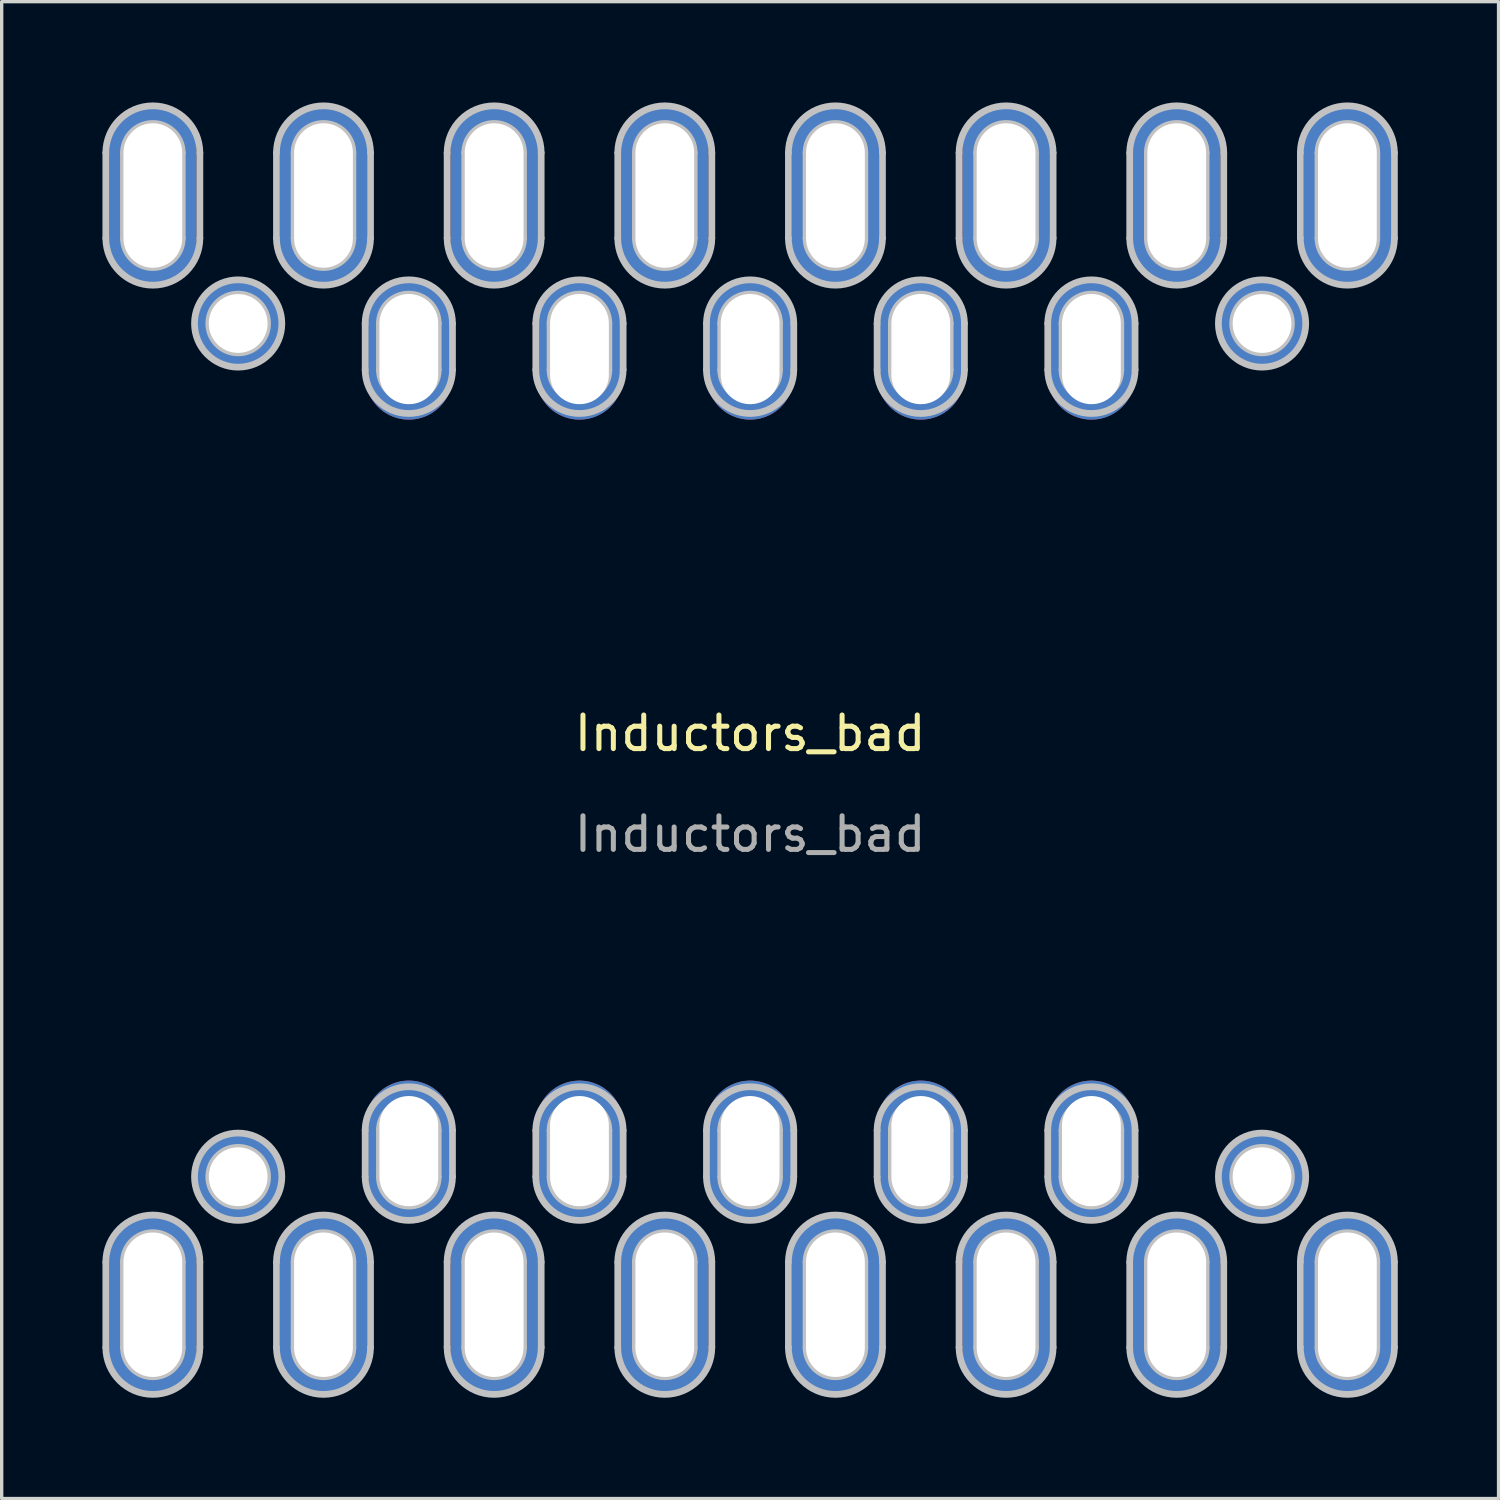
<source format=kicad_pcb>
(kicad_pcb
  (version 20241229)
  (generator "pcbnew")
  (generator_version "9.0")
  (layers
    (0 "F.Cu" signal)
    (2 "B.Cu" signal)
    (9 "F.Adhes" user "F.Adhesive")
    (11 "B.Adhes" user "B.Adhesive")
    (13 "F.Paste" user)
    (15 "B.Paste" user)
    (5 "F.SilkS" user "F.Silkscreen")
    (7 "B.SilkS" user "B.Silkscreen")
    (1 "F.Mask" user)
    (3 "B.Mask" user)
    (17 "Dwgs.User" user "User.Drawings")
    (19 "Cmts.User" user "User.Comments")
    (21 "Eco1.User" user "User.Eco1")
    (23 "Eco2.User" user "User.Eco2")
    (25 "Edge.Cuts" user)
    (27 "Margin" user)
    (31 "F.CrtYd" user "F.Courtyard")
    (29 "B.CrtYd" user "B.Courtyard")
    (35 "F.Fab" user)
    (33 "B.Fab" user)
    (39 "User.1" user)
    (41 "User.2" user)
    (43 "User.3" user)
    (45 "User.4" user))
  (footprint "Inductors_bad"
    (layer "F.Cu")
    (at 19.28 19.28)
    (property "Reference" "Inductors_bad" (at 0 -0.5 0) (unlocked yes) (layer "F.SilkS") (effects (font (size 1 1) (thickness 0.15))))
    (attr through_hole)
    (fp_line (start -19.18 -17.78) (end -19.18 -15.24) (stroke (width 0.2) (type default)) (layer "Dwgs.User"))
    (fp_line (start -19.18 17.78) (end -19.18 15.24) (stroke (width 0.2) (type default)) (layer "Dwgs.User"))
    (fp_line (start -18.655 -17.78) (end -18.655 -15.24) (stroke (width 0.2) (type default)) (layer "Dwgs.User"))
    (fp_line (start -18.655 17.78) (end -18.655 15.24) (stroke (width 0.2) (type default)) (layer "Dwgs.User"))
    (fp_line (start -17.78 -17.78) (end -17.78 -15.24) (stroke (width 0.2) (type default)) (layer "Dwgs.User"))
    (fp_line (start -17.78 -17.78) (end -17.78 -15.24) (stroke (width 0.2) (type default)) (layer "Dwgs.User"))
    (fp_line (start -17.78 17.78) (end -17.78 15.24) (stroke (width 0.2) (type default)) (layer "Dwgs.User"))
    (fp_line (start -17.78 17.78) (end -17.78 15.24) (stroke (width 0.2) (type default)) (layer "Dwgs.User"))
    (fp_line (start -16.905 -17.78) (end -16.905 -15.24) (stroke (width 0.2) (type default)) (layer "Dwgs.User"))
    (fp_line (start -16.905 17.78) (end -16.905 15.24) (stroke (width 0.2) (type default)) (layer "Dwgs.User"))
    (fp_line (start -16.38 -17.78) (end -16.38 -15.24) (stroke (width 0.2) (type default)) (layer "Dwgs.User"))
    (fp_line (start -16.38 17.78) (end -16.38 15.24) (stroke (width 0.2) (type default)) (layer "Dwgs.User"))
    (fp_line (start -14.1 -17.78) (end -14.1 -15.24) (stroke (width 0.2) (type default)) (layer "Dwgs.User"))
    (fp_line (start -14.1 17.78) (end -14.1 15.24) (stroke (width 0.2) (type default)) (layer "Dwgs.User"))
    (fp_line (start -13.575 -17.78) (end -13.575 -15.24) (stroke (width 0.2) (type default)) (layer "Dwgs.User"))
    (fp_line (start -13.575 17.78) (end -13.575 15.24) (stroke (width 0.2) (type default)) (layer "Dwgs.User"))
    (fp_line (start -12.7 -17.78) (end -12.7 -15.24) (stroke (width 0.2) (type default)) (layer "Dwgs.User"))
    (fp_line (start -12.7 -17.78) (end -12.7 -15.24) (stroke (width 0.2) (type default)) (layer "Dwgs.User"))
    (fp_line (start -12.7 17.78) (end -12.7 15.24) (stroke (width 0.2) (type default)) (layer "Dwgs.User"))
    (fp_line (start -12.7 17.78) (end -12.7 15.24) (stroke (width 0.2) (type default)) (layer "Dwgs.User"))
    (fp_line (start -11.825 -17.78) (end -11.825 -15.24) (stroke (width 0.2) (type default)) (layer "Dwgs.User"))
    (fp_line (start -11.825 17.78) (end -11.825 15.24) (stroke (width 0.2) (type default)) (layer "Dwgs.User"))
    (fp_line (start -11.46 -12.7) (end -11.46 -11.321) (stroke (width 0.2) (type default)) (layer "Dwgs.User"))
    (fp_line (start -11.46 12.7) (end -11.46 11.321) (stroke (width 0.2) (type default)) (layer "Dwgs.User"))
    (fp_line (start -11.3 -17.78) (end -11.3 -15.24) (stroke (width 0.2) (type default)) (layer "Dwgs.User"))
    (fp_line (start -11.3 17.78) (end -11.3 15.24) (stroke (width 0.2) (type default)) (layer "Dwgs.User"))
    (fp_line (start -11.035 -12.7) (end -11.035 -11.321) (stroke (width 0.2) (type default)) (layer "Dwgs.User"))
    (fp_line (start -11.035 12.7) (end -11.035 11.321) (stroke (width 0.2) (type default)) (layer "Dwgs.User"))
    (fp_line (start -10.16 -12.7) (end -10.16 -11.321) (stroke (width 0.2) (type default)) (layer "Dwgs.User"))
    (fp_line (start -10.16 -12.7) (end -10.16 -11.321) (stroke (width 0.2) (type default)) (layer "Dwgs.User"))
    (fp_line (start -10.16 12.7) (end -10.16 11.321) (stroke (width 0.2) (type default)) (layer "Dwgs.User"))
    (fp_line (start -10.16 12.7) (end -10.16 11.321) (stroke (width 0.2) (type default)) (layer "Dwgs.User"))
    (fp_line (start -9.285 -12.7) (end -9.285 -11.321) (stroke (width 0.2) (type default)) (layer "Dwgs.User"))
    (fp_line (start -9.285 12.7) (end -9.285 11.321) (stroke (width 0.2) (type default)) (layer "Dwgs.User"))
    (fp_line (start -9.02 -17.78) (end -9.02 -15.24) (stroke (width 0.2) (type default)) (layer "Dwgs.User"))
    (fp_line (start -9.02 17.78) (end -9.02 15.24) (stroke (width 0.2) (type default)) (layer "Dwgs.User"))
    (fp_line (start -8.86 -12.7) (end -8.86 -11.321) (stroke (width 0.2) (type default)) (layer "Dwgs.User"))
    (fp_line (start -8.86 12.7) (end -8.86 11.321) (stroke (width 0.2) (type default)) (layer "Dwgs.User"))
    (fp_line (start -8.495 -17.78) (end -8.495 -15.24) (stroke (width 0.2) (type default)) (layer "Dwgs.User"))
    (fp_line (start -8.495 17.78) (end -8.495 15.24) (stroke (width 0.2) (type default)) (layer "Dwgs.User"))
    (fp_line (start -7.62 -17.78) (end -7.62 -15.24) (stroke (width 0.2) (type default)) (layer "Dwgs.User"))
    (fp_line (start -7.62 -17.78) (end -7.62 -15.24) (stroke (width 0.2) (type default)) (layer "Dwgs.User"))
    (fp_line (start -7.62 17.78) (end -7.62 15.24) (stroke (width 0.2) (type default)) (layer "Dwgs.User"))
    (fp_line (start -7.62 17.78) (end -7.62 15.24) (stroke (width 0.2) (type default)) (layer "Dwgs.User"))
    (fp_line (start -6.745 -17.78) (end -6.745 -15.24) (stroke (width 0.2) (type default)) (layer "Dwgs.User"))
    (fp_line (start -6.745 17.78) (end -6.745 15.24) (stroke (width 0.2) (type default)) (layer "Dwgs.User"))
    (fp_line (start -6.38 -12.7) (end -6.38 -11.321) (stroke (width 0.2) (type default)) (layer "Dwgs.User"))
    (fp_line (start -6.38 12.7) (end -6.38 11.321) (stroke (width 0.2) (type default)) (layer "Dwgs.User"))
    (fp_line (start -6.22 -17.78) (end -6.22 -15.24) (stroke (width 0.2) (type default)) (layer "Dwgs.User"))
    (fp_line (start -6.22 17.78) (end -6.22 15.24) (stroke (width 0.2) (type default)) (layer "Dwgs.User"))
    (fp_line (start -5.955 -12.7) (end -5.955 -11.321) (stroke (width 0.2) (type default)) (layer "Dwgs.User"))
    (fp_line (start -5.955 12.7) (end -5.955 11.321) (stroke (width 0.2) (type default)) (layer "Dwgs.User"))
    (fp_line (start -5.08 -12.7) (end -5.08 -11.321) (stroke (width 0.2) (type default)) (layer "Dwgs.User"))
    (fp_line (start -5.08 -12.7) (end -5.08 -11.321) (stroke (width 0.2) (type default)) (layer "Dwgs.User"))
    (fp_line (start -5.08 12.7) (end -5.08 11.321) (stroke (width 0.2) (type default)) (layer "Dwgs.User"))
    (fp_line (start -5.08 12.7) (end -5.08 11.321) (stroke (width 0.2) (type default)) (layer "Dwgs.User"))
    (fp_line (start -4.205 -12.7) (end -4.205 -11.321) (stroke (width 0.2) (type default)) (layer "Dwgs.User"))
    (fp_line (start -4.205 12.7) (end -4.205 11.321) (stroke (width 0.2) (type default)) (layer "Dwgs.User"))
    (fp_line (start -3.94 -17.78) (end -3.94 -15.24) (stroke (width 0.2) (type default)) (layer "Dwgs.User"))
    (fp_line (start -3.94 17.78) (end -3.94 15.24) (stroke (width 0.2) (type default)) (layer "Dwgs.User"))
    (fp_line (start -3.78 -12.7) (end -3.78 -11.321) (stroke (width 0.2) (type default)) (layer "Dwgs.User"))
    (fp_line (start -3.78 12.7) (end -3.78 11.321) (stroke (width 0.2) (type default)) (layer "Dwgs.User"))
    (fp_line (start -3.415 -17.78) (end -3.415 -15.24) (stroke (width 0.2) (type default)) (layer "Dwgs.User"))
    (fp_line (start -3.415 17.78) (end -3.415 15.24) (stroke (width 0.2) (type default)) (layer "Dwgs.User"))
    (fp_line (start -2.54 -17.78) (end -2.54 -15.24) (stroke (width 0.2) (type default)) (layer "Dwgs.User"))
    (fp_line (start -2.54 -17.78) (end -2.54 -15.24) (stroke (width 0.2) (type default)) (layer "Dwgs.User"))
    (fp_line (start -2.54 17.78) (end -2.54 15.24) (stroke (width 0.2) (type default)) (layer "Dwgs.User"))
    (fp_line (start -2.54 17.78) (end -2.54 15.24) (stroke (width 0.2) (type default)) (layer "Dwgs.User"))
    (fp_line (start -1.665 -17.78) (end -1.665 -15.24) (stroke (width 0.2) (type default)) (layer "Dwgs.User"))
    (fp_line (start -1.665 17.78) (end -1.665 15.24) (stroke (width 0.2) (type default)) (layer "Dwgs.User"))
    (fp_line (start -1.3 -12.7) (end -1.3 -11.321) (stroke (width 0.2) (type default)) (layer "Dwgs.User"))
    (fp_line (start -1.3 12.7) (end -1.3 11.321) (stroke (width 0.2) (type default)) (layer "Dwgs.User"))
    (fp_line (start -1.14 -17.78) (end -1.14 -15.24) (stroke (width 0.2) (type default)) (layer "Dwgs.User"))
    (fp_line (start -1.14 17.78) (end -1.14 15.24) (stroke (width 0.2) (type default)) (layer "Dwgs.User"))
    (fp_line (start -0.875 -12.7) (end -0.875 -11.321) (stroke (width 0.2) (type default)) (layer "Dwgs.User"))
    (fp_line (start -0.875 12.7) (end -0.875 11.321) (stroke (width 0.2) (type default)) (layer "Dwgs.User"))
    (fp_line (start 0 -12.7) (end 0 -11.321) (stroke (width 0.2) (type default)) (layer "Dwgs.User"))
    (fp_line (start 0 -12.7) (end 0 -11.321) (stroke (width 0.2) (type default)) (layer "Dwgs.User"))
    (fp_line (start 0 12.7) (end 0 11.321) (stroke (width 0.2) (type default)) (layer "Dwgs.User"))
    (fp_line (start 0 12.7) (end 0 11.321) (stroke (width 0.2) (type default)) (layer "Dwgs.User"))
    (fp_line (start 0.875 -12.7) (end 0.875 -11.321) (stroke (width 0.2) (type default)) (layer "Dwgs.User"))
    (fp_line (start 0.875 12.7) (end 0.875 11.321) (stroke (width 0.2) (type default)) (layer "Dwgs.User"))
    (fp_line (start 1.14 -17.78) (end 1.14 -15.24) (stroke (width 0.2) (type default)) (layer "Dwgs.User"))
    (fp_line (start 1.14 17.78) (end 1.14 15.24) (stroke (width 0.2) (type default)) (layer "Dwgs.User"))
    (fp_line (start 1.3 -12.7) (end 1.3 -11.321) (stroke (width 0.2) (type default)) (layer "Dwgs.User"))
    (fp_line (start 1.3 12.7) (end 1.3 11.321) (stroke (width 0.2) (type default)) (layer "Dwgs.User"))
    (fp_line (start 1.665 -17.78) (end 1.665 -15.24) (stroke (width 0.2) (type default)) (layer "Dwgs.User"))
    (fp_line (start 1.665 17.78) (end 1.665 15.24) (stroke (width 0.2) (type default)) (layer "Dwgs.User"))
    (fp_line (start 2.54 -17.78) (end 2.54 -15.24) (stroke (width 0.2) (type default)) (layer "Dwgs.User"))
    (fp_line (start 2.54 -17.78) (end 2.54 -15.24) (stroke (width 0.2) (type default)) (layer "Dwgs.User"))
    (fp_line (start 2.54 17.78) (end 2.54 15.24) (stroke (width 0.2) (type default)) (layer "Dwgs.User"))
    (fp_line (start 2.54 17.78) (end 2.54 15.24) (stroke (width 0.2) (type default)) (layer "Dwgs.User"))
    (fp_line (start 3.415 -17.78) (end 3.415 -15.24) (stroke (width 0.2) (type default)) (layer "Dwgs.User"))
    (fp_line (start 3.415 17.78) (end 3.415 15.24) (stroke (width 0.2) (type default)) (layer "Dwgs.User"))
    (fp_line (start 3.78 -12.7) (end 3.78 -11.321) (stroke (width 0.2) (type default)) (layer "Dwgs.User"))
    (fp_line (start 3.78 12.7) (end 3.78 11.321) (stroke (width 0.2) (type default)) (layer "Dwgs.User"))
    (fp_line (start 3.94 -17.78) (end 3.94 -15.24) (stroke (width 0.2) (type default)) (layer "Dwgs.User"))
    (fp_line (start 3.94 17.78) (end 3.94 15.24) (stroke (width 0.2) (type default)) (layer "Dwgs.User"))
    (fp_line (start 4.205 -12.7) (end 4.205 -11.321) (stroke (width 0.2) (type default)) (layer "Dwgs.User"))
    (fp_line (start 4.205 12.7) (end 4.205 11.321) (stroke (width 0.2) (type default)) (layer "Dwgs.User"))
    (fp_line (start 5.08 -12.7) (end 5.08 -11.321) (stroke (width 0.2) (type default)) (layer "Dwgs.User"))
    (fp_line (start 5.08 -12.7) (end 5.08 -11.321) (stroke (width 0.2) (type default)) (layer "Dwgs.User"))
    (fp_line (start 5.08 12.7) (end 5.08 11.321) (stroke (width 0.2) (type default)) (layer "Dwgs.User"))
    (fp_line (start 5.08 12.7) (end 5.08 11.321) (stroke (width 0.2) (type default)) (layer "Dwgs.User"))
    (fp_line (start 5.955 -12.7) (end 5.955 -11.321) (stroke (width 0.2) (type default)) (layer "Dwgs.User"))
    (fp_line (start 5.955 12.7) (end 5.955 11.321) (stroke (width 0.2) (type default)) (layer "Dwgs.User"))
    (fp_line (start 6.22 -17.78) (end 6.22 -15.24) (stroke (width 0.2) (type default)) (layer "Dwgs.User"))
    (fp_line (start 6.22 17.78) (end 6.22 15.24) (stroke (width 0.2) (type default)) (layer "Dwgs.User"))
    (fp_line (start 6.38 -12.7) (end 6.38 -11.321) (stroke (width 0.2) (type default)) (layer "Dwgs.User"))
    (fp_line (start 6.38 12.7) (end 6.38 11.321) (stroke (width 0.2) (type default)) (layer "Dwgs.User"))
    (fp_line (start 6.745 -17.78) (end 6.745 -15.24) (stroke (width 0.2) (type default)) (layer "Dwgs.User"))
    (fp_line (start 6.745 17.78) (end 6.745 15.24) (stroke (width 0.2) (type default)) (layer "Dwgs.User"))
    (fp_line (start 7.62 -17.78) (end 7.62 -15.24) (stroke (width 0.2) (type default)) (layer "Dwgs.User"))
    (fp_line (start 7.62 -17.78) (end 7.62 -15.24) (stroke (width 0.2) (type default)) (layer "Dwgs.User"))
    (fp_line (start 7.62 17.78) (end 7.62 15.24) (stroke (width 0.2) (type default)) (layer "Dwgs.User"))
    (fp_line (start 7.62 17.78) (end 7.62 15.24) (stroke (width 0.2) (type default)) (layer "Dwgs.User"))
    (fp_line (start 8.495 -17.78) (end 8.495 -15.24) (stroke (width 0.2) (type default)) (layer "Dwgs.User"))
    (fp_line (start 8.495 17.78) (end 8.495 15.24) (stroke (width 0.2) (type default)) (layer "Dwgs.User"))
    (fp_line (start 8.86 -12.7) (end 8.86 -11.321) (stroke (width 0.2) (type default)) (layer "Dwgs.User"))
    (fp_line (start 8.86 12.7) (end 8.86 11.321) (stroke (width 0.2) (type default)) (layer "Dwgs.User"))
    (fp_line (start 9.02 -17.78) (end 9.02 -15.24) (stroke (width 0.2) (type default)) (layer "Dwgs.User"))
    (fp_line (start 9.02 17.78) (end 9.02 15.24) (stroke (width 0.2) (type default)) (layer "Dwgs.User"))
    (fp_line (start 9.285 -12.7) (end 9.285 -11.321) (stroke (width 0.2) (type default)) (layer "Dwgs.User"))
    (fp_line (start 9.285 12.7) (end 9.285 11.321) (stroke (width 0.2) (type default)) (layer "Dwgs.User"))
    (fp_line (start 10.16 -12.7) (end 10.16 -11.321) (stroke (width 0.2) (type default)) (layer "Dwgs.User"))
    (fp_line (start 10.16 -12.7) (end 10.16 -11.321) (stroke (width 0.2) (type default)) (layer "Dwgs.User"))
    (fp_line (start 10.16 12.7) (end 10.16 11.321) (stroke (width 0.2) (type default)) (layer "Dwgs.User"))
    (fp_line (start 10.16 12.7) (end 10.16 11.321) (stroke (width 0.2) (type default)) (layer "Dwgs.User"))
    (fp_line (start 11.035 -12.7) (end 11.035 -11.321) (stroke (width 0.2) (type default)) (layer "Dwgs.User"))
    (fp_line (start 11.035 12.7) (end 11.035 11.321) (stroke (width 0.2) (type default)) (layer "Dwgs.User"))
    (fp_line (start 11.3 -17.78) (end 11.3 -15.24) (stroke (width 0.2) (type default)) (layer "Dwgs.User"))
    (fp_line (start 11.3 17.78) (end 11.3 15.24) (stroke (width 0.2) (type default)) (layer "Dwgs.User"))
    (fp_line (start 11.46 -12.7) (end 11.46 -11.321) (stroke (width 0.2) (type default)) (layer "Dwgs.User"))
    (fp_line (start 11.46 12.7) (end 11.46 11.321) (stroke (width 0.2) (type default)) (layer "Dwgs.User"))
    (fp_line (start 11.825 -17.78) (end 11.825 -15.24) (stroke (width 0.2) (type default)) (layer "Dwgs.User"))
    (fp_line (start 11.825 17.78) (end 11.825 15.24) (stroke (width 0.2) (type default)) (layer "Dwgs.User"))
    (fp_line (start 12.7 -17.78) (end 12.7 -15.24) (stroke (width 0.2) (type default)) (layer "Dwgs.User"))
    (fp_line (start 12.7 -17.78) (end 12.7 -15.24) (stroke (width 0.2) (type default)) (layer "Dwgs.User"))
    (fp_line (start 12.7 17.78) (end 12.7 15.24) (stroke (width 0.2) (type default)) (layer "Dwgs.User"))
    (fp_line (start 12.7 17.78) (end 12.7 15.24) (stroke (width 0.2) (type default)) (layer "Dwgs.User"))
    (fp_line (start 13.575 -17.78) (end 13.575 -15.24) (stroke (width 0.2) (type default)) (layer "Dwgs.User"))
    (fp_line (start 13.575 17.78) (end 13.575 15.24) (stroke (width 0.2) (type default)) (layer "Dwgs.User"))
    (fp_line (start 14.1 -17.78) (end 14.1 -15.24) (stroke (width 0.2) (type default)) (layer "Dwgs.User"))
    (fp_line (start 14.1 17.78) (end 14.1 15.24) (stroke (width 0.2) (type default)) (layer "Dwgs.User"))
    (fp_line (start 16.38 -17.78) (end 16.38 -15.24) (stroke (width 0.2) (type default)) (layer "Dwgs.User"))
    (fp_line (start 16.38 17.78) (end 16.38 15.24) (stroke (width 0.2) (type default)) (layer "Dwgs.User"))
    (fp_line (start 16.905 -17.78) (end 16.905 -15.24) (stroke (width 0.2) (type default)) (layer "Dwgs.User"))
    (fp_line (start 16.905 17.78) (end 16.905 15.24) (stroke (width 0.2) (type default)) (layer "Dwgs.User"))
    (fp_line (start 17.78 -17.78) (end 17.78 -15.24) (stroke (width 0.2) (type default)) (layer "Dwgs.User"))
    (fp_line (start 17.78 -17.78) (end 17.78 -15.24) (stroke (width 0.2) (type default)) (layer "Dwgs.User"))
    (fp_line (start 17.78 17.78) (end 17.78 15.24) (stroke (width 0.2) (type default)) (layer "Dwgs.User"))
    (fp_line (start 17.78 17.78) (end 17.78 15.24) (stroke (width 0.2) (type default)) (layer "Dwgs.User"))
    (fp_line (start 18.655 -17.78) (end 18.655 -15.24) (stroke (width 0.2) (type default)) (layer "Dwgs.User"))
    (fp_line (start 18.655 17.78) (end 18.655 15.24) (stroke (width 0.2) (type default)) (layer "Dwgs.User"))
    (fp_line (start 19.18 -17.78) (end 19.18 -15.24) (stroke (width 0.2) (type default)) (layer "Dwgs.User"))
    (fp_line (start 19.18 17.78) (end 19.18 15.24) (stroke (width 0.2) (type default)) (layer "Dwgs.User"))
    (fp_arc (start -19.18 -17.78) (mid -17.78 -19.18) (end -16.38 -17.78) (stroke (width 0.2) (type default)) (layer "Dwgs.User"))
    (fp_arc (start -19.18 15.24) (mid -17.78 13.84) (end -16.38 15.24) (stroke (width 0.2) (type default)) (layer "Dwgs.User"))
    (fp_arc (start -18.655 -17.78) (mid -17.78 -18.655) (end -16.905 -17.78) (stroke (width 0.2) (type default)) (layer "Dwgs.User"))
    (fp_arc (start -18.655 15.24) (mid -17.78 14.365) (end -16.905 15.24) (stroke (width 0.2) (type default)) (layer "Dwgs.User"))
    (fp_arc (start -16.905 -15.24) (mid -17.78 -14.365) (end -18.655 -15.24) (stroke (width 0.2) (type default)) (layer "Dwgs.User"))
    (fp_arc (start -16.905 17.78) (mid -17.78 18.655) (end -18.655 17.78) (stroke (width 0.2) (type default)) (layer "Dwgs.User"))
    (fp_arc (start -16.38 -15.24) (mid -17.78 -13.84) (end -19.18 -15.24) (stroke (width 0.2) (type default)) (layer "Dwgs.User"))
    (fp_arc (start -16.38 17.78) (mid -17.78 19.18) (end -19.18 17.78) (stroke (width 0.2) (type default)) (layer "Dwgs.User"))
    (fp_arc (start -14.1 -17.78) (mid -12.7 -19.18) (end -11.3 -17.78) (stroke (width 0.2) (type default)) (layer "Dwgs.User"))
    (fp_arc (start -14.1 15.24) (mid -12.7 13.84) (end -11.3 15.24) (stroke (width 0.2) (type default)) (layer "Dwgs.User"))
    (fp_arc (start -13.575 -17.78) (mid -12.7 -18.655) (end -11.825 -17.78) (stroke (width 0.2) (type default)) (layer "Dwgs.User"))
    (fp_arc (start -13.575 15.24) (mid -12.7 14.365) (end -11.825 15.24) (stroke (width 0.2) (type default)) (layer "Dwgs.User"))
    (fp_arc (start -11.825 -15.24) (mid -12.7 -14.365) (end -13.575 -15.24) (stroke (width 0.2) (type default)) (layer "Dwgs.User"))
    (fp_arc (start -11.825 17.78) (mid -12.7 18.655) (end -13.575 17.78) (stroke (width 0.2) (type default)) (layer "Dwgs.User"))
    (fp_arc (start -11.46 -12.7) (mid -10.16 -14) (end -8.86 -12.7) (stroke (width 0.2) (type default)) (layer "Dwgs.User"))
    (fp_arc (start -11.46 11.320887) (mid -10.16 10.020887) (end -8.86 11.320887) (stroke (width 0.2) (type default)) (layer "Dwgs.User"))
    (fp_arc (start -11.3 -15.24) (mid -12.7 -13.84) (end -14.1 -15.24) (stroke (width 0.2) (type default)) (layer "Dwgs.User"))
    (fp_arc (start -11.3 17.78) (mid -12.7 19.18) (end -14.1 17.78) (stroke (width 0.2) (type default)) (layer "Dwgs.User"))
    (fp_arc (start -11.035 -12.7) (mid -10.16 -13.575) (end -9.285 -12.7) (stroke (width 0.2) (type default)) (layer "Dwgs.User"))
    (fp_arc (start -11.035 11.320887) (mid -10.16 10.445887) (end -9.285 11.320887) (stroke (width 0.2) (type default)) (layer "Dwgs.User"))
    (fp_arc (start -9.285 -11.320887) (mid -10.16 -10.445887) (end -11.035 -11.320887) (stroke (width 0.2) (type default)) (layer "Dwgs.User"))
    (fp_arc (start -9.285 12.7) (mid -10.16 13.575) (end -11.035 12.7) (stroke (width 0.2) (type default)) (layer "Dwgs.User"))
    (fp_arc (start -9.02 -17.78) (mid -7.62 -19.18) (end -6.22 -17.78) (stroke (width 0.2) (type default)) (layer "Dwgs.User"))
    (fp_arc (start -9.02 15.24) (mid -7.62 13.84) (end -6.22 15.24) (stroke (width 0.2) (type default)) (layer "Dwgs.User"))
    (fp_arc (start -8.86 -11.320887) (mid -10.16 -10.020887) (end -11.46 -11.320887) (stroke (width 0.2) (type default)) (layer "Dwgs.User"))
    (fp_arc (start -8.86 12.7) (mid -10.16 14) (end -11.46 12.7) (stroke (width 0.2) (type default)) (layer "Dwgs.User"))
    (fp_arc (start -8.495 -17.78) (mid -7.62 -18.655) (end -6.745 -17.78) (stroke (width 0.2) (type default)) (layer "Dwgs.User"))
    (fp_arc (start -8.495 15.24) (mid -7.62 14.365) (end -6.745 15.24) (stroke (width 0.2) (type default)) (layer "Dwgs.User"))
    (fp_arc (start -6.745 -15.24) (mid -7.62 -14.365) (end -8.495 -15.24) (stroke (width 0.2) (type default)) (layer "Dwgs.User"))
    (fp_arc (start -6.745 17.78) (mid -7.62 18.655) (end -8.495 17.78) (stroke (width 0.2) (type default)) (layer "Dwgs.User"))
    (fp_arc (start -6.38 -12.7) (mid -5.08 -14) (end -3.78 -12.7) (stroke (width 0.2) (type default)) (layer "Dwgs.User"))
    (fp_arc (start -6.38 11.320887) (mid -5.08 10.020887) (end -3.78 11.320887) (stroke (width 0.2) (type default)) (layer "Dwgs.User"))
    (fp_arc (start -6.22 -15.24) (mid -7.62 -13.84) (end -9.02 -15.24) (stroke (width 0.2) (type default)) (layer "Dwgs.User"))
    (fp_arc (start -6.22 17.78) (mid -7.62 19.18) (end -9.02 17.78) (stroke (width 0.2) (type default)) (layer "Dwgs.User"))
    (fp_arc (start -5.955 -12.7) (mid -5.08 -13.575) (end -4.205 -12.7) (stroke (width 0.2) (type default)) (layer "Dwgs.User"))
    (fp_arc (start -5.955 11.320887) (mid -5.08 10.445887) (end -4.205 11.320887) (stroke (width 0.2) (type default)) (layer "Dwgs.User"))
    (fp_arc (start -4.205 -11.320887) (mid -5.08 -10.445887) (end -5.955 -11.320887) (stroke (width 0.2) (type default)) (layer "Dwgs.User"))
    (fp_arc (start -4.205 12.7) (mid -5.08 13.575) (end -5.955 12.7) (stroke (width 0.2) (type default)) (layer "Dwgs.User"))
    (fp_arc (start -3.94 -17.78) (mid -2.54 -19.18) (end -1.14 -17.78) (stroke (width 0.2) (type default)) (layer "Dwgs.User"))
    (fp_arc (start -3.94 15.24) (mid -2.54 13.84) (end -1.14 15.24) (stroke (width 0.2) (type default)) (layer "Dwgs.User"))
    (fp_arc (start -3.78 -11.320887) (mid -5.08 -10.020887) (end -6.38 -11.320887) (stroke (width 0.2) (type default)) (layer "Dwgs.User"))
    (fp_arc (start -3.78 12.7) (mid -5.08 14) (end -6.38 12.7) (stroke (width 0.2) (type default)) (layer "Dwgs.User"))
    (fp_arc (start -3.415 -17.78) (mid -2.54 -18.655) (end -1.665 -17.78) (stroke (width 0.2) (type default)) (layer "Dwgs.User"))
    (fp_arc (start -3.415 15.24) (mid -2.54 14.365) (end -1.665 15.24) (stroke (width 0.2) (type default)) (layer "Dwgs.User"))
    (fp_arc (start -1.665 -15.24) (mid -2.54 -14.365) (end -3.415 -15.24) (stroke (width 0.2) (type default)) (layer "Dwgs.User"))
    (fp_arc (start -1.665 17.78) (mid -2.54 18.655) (end -3.415 17.78) (stroke (width 0.2) (type default)) (layer "Dwgs.User"))
    (fp_arc (start -1.3 -12.7) (mid 0 -14) (end 1.3 -12.7) (stroke (width 0.2) (type default)) (layer "Dwgs.User"))
    (fp_arc (start -1.3 11.320887) (mid 0 10.020887) (end 1.3 11.320887) (stroke (width 0.2) (type default)) (layer "Dwgs.User"))
    (fp_arc (start -1.14 -15.24) (mid -2.54 -13.84) (end -3.94 -15.24) (stroke (width 0.2) (type default)) (layer "Dwgs.User"))
    (fp_arc (start -1.14 17.78) (mid -2.54 19.18) (end -3.94 17.78) (stroke (width 0.2) (type default)) (layer "Dwgs.User"))
    (fp_arc (start -0.875 -12.7) (mid 0 -13.575) (end 0.875 -12.7) (stroke (width 0.2) (type default)) (layer "Dwgs.User"))
    (fp_arc (start -0.875 11.320887) (mid 0 10.445887) (end 0.875 11.320887) (stroke (width 0.2) (type default)) (layer "Dwgs.User"))
    (fp_arc (start 0.875 -11.320887) (mid 0 -10.445887) (end -0.875 -11.320887) (stroke (width 0.2) (type default)) (layer "Dwgs.User"))
    (fp_arc (start 0.875 12.7) (mid 0 13.575) (end -0.875 12.7) (stroke (width 0.2) (type default)) (layer "Dwgs.User"))
    (fp_arc (start 1.14 -17.78) (mid 2.54 -19.18) (end 3.94 -17.78) (stroke (width 0.2) (type default)) (layer "Dwgs.User"))
    (fp_arc (start 1.14 15.24) (mid 2.54 13.84) (end 3.94 15.24) (stroke (width 0.2) (type default)) (layer "Dwgs.User"))
    (fp_arc (start 1.3 -11.320887) (mid 0 -10.020887) (end -1.3 -11.320887) (stroke (width 0.2) (type default)) (layer "Dwgs.User"))
    (fp_arc (start 1.3 12.7) (mid 0 14) (end -1.3 12.7) (stroke (width 0.2) (type default)) (layer "Dwgs.User"))
    (fp_arc (start 1.665 -17.78) (mid 2.54 -18.655) (end 3.415 -17.78) (stroke (width 0.2) (type default)) (layer "Dwgs.User"))
    (fp_arc (start 1.665 15.24) (mid 2.54 14.365) (end 3.415 15.24) (stroke (width 0.2) (type default)) (layer "Dwgs.User"))
    (fp_arc (start 3.415 -15.24) (mid 2.54 -14.365) (end 1.665 -15.24) (stroke (width 0.2) (type default)) (layer "Dwgs.User"))
    (fp_arc (start 3.415 17.78) (mid 2.54 18.655) (end 1.665 17.78) (stroke (width 0.2) (type default)) (layer "Dwgs.User"))
    (fp_arc (start 3.78 -12.7) (mid 5.08 -14) (end 6.38 -12.7) (stroke (width 0.2) (type default)) (layer "Dwgs.User"))
    (fp_arc (start 3.78 11.320887) (mid 5.08 10.020887) (end 6.38 11.320887) (stroke (width 0.2) (type default)) (layer "Dwgs.User"))
    (fp_arc (start 3.94 -15.24) (mid 2.54 -13.84) (end 1.14 -15.24) (stroke (width 0.2) (type default)) (layer "Dwgs.User"))
    (fp_arc (start 3.94 17.78) (mid 2.54 19.18) (end 1.14 17.78) (stroke (width 0.2) (type default)) (layer "Dwgs.User"))
    (fp_arc (start 4.205 -12.7) (mid 5.08 -13.575) (end 5.955 -12.7) (stroke (width 0.2) (type default)) (layer "Dwgs.User"))
    (fp_arc (start 4.205 11.320887) (mid 5.08 10.445887) (end 5.955 11.320887) (stroke (width 0.2) (type default)) (layer "Dwgs.User"))
    (fp_arc (start 5.955 -11.320887) (mid 5.08 -10.445887) (end 4.205 -11.320887) (stroke (width 0.2) (type default)) (layer "Dwgs.User"))
    (fp_arc (start 5.955 12.7) (mid 5.08 13.575) (end 4.205 12.7) (stroke (width 0.2) (type default)) (layer "Dwgs.User"))
    (fp_arc (start 6.22 -17.78) (mid 7.62 -19.18) (end 9.02 -17.78) (stroke (width 0.2) (type default)) (layer "Dwgs.User"))
    (fp_arc (start 6.22 15.24) (mid 7.62 13.84) (end 9.02 15.24) (stroke (width 0.2) (type default)) (layer "Dwgs.User"))
    (fp_arc (start 6.38 -11.320887) (mid 5.08 -10.020887) (end 3.78 -11.320887) (stroke (width 0.2) (type default)) (layer "Dwgs.User"))
    (fp_arc (start 6.38 12.7) (mid 5.08 14) (end 3.78 12.7) (stroke (width 0.2) (type default)) (layer "Dwgs.User"))
    (fp_arc (start 6.745 -17.78) (mid 7.62 -18.655) (end 8.495 -17.78) (stroke (width 0.2) (type default)) (layer "Dwgs.User"))
    (fp_arc (start 6.745 15.24) (mid 7.62 14.365) (end 8.495 15.24) (stroke (width 0.2) (type default)) (layer "Dwgs.User"))
    (fp_arc (start 8.495 -15.24) (mid 7.62 -14.365) (end 6.745 -15.24) (stroke (width 0.2) (type default)) (layer "Dwgs.User"))
    (fp_arc (start 8.495 17.78) (mid 7.62 18.655) (end 6.745 17.78) (stroke (width 0.2) (type default)) (layer "Dwgs.User"))
    (fp_arc (start 8.86 -12.7) (mid 10.16 -14) (end 11.46 -12.7) (stroke (width 0.2) (type default)) (layer "Dwgs.User"))
    (fp_arc (start 8.86 11.320887) (mid 10.16 10.020887) (end 11.46 11.320887) (stroke (width 0.2) (type default)) (layer "Dwgs.User"))
    (fp_arc (start 9.02 -15.24) (mid 7.62 -13.84) (end 6.22 -15.24) (stroke (width 0.2) (type default)) (layer "Dwgs.User"))
    (fp_arc (start 9.02 17.78) (mid 7.62 19.18) (end 6.22 17.78) (stroke (width 0.2) (type default)) (layer "Dwgs.User"))
    (fp_arc (start 9.285 -12.7) (mid 10.16 -13.575) (end 11.035 -12.7) (stroke (width 0.2) (type default)) (layer "Dwgs.User"))
    (fp_arc (start 9.285 11.320887) (mid 10.16 10.445887) (end 11.035 11.320887) (stroke (width 0.2) (type default)) (layer "Dwgs.User"))
    (fp_arc (start 11.035 -11.320887) (mid 10.16 -10.445887) (end 9.285 -11.320887) (stroke (width 0.2) (type default)) (layer "Dwgs.User"))
    (fp_arc (start 11.035 12.7) (mid 10.16 13.575) (end 9.285 12.7) (stroke (width 0.2) (type default)) (layer "Dwgs.User"))
    (fp_arc (start 11.3 -17.78) (mid 12.7 -19.18) (end 14.1 -17.78) (stroke (width 0.2) (type default)) (layer "Dwgs.User"))
    (fp_arc (start 11.3 15.24) (mid 12.7 13.84) (end 14.1 15.24) (stroke (width 0.2) (type default)) (layer "Dwgs.User"))
    (fp_arc (start 11.46 -11.320887) (mid 10.16 -10.020887) (end 8.86 -11.320887) (stroke (width 0.2) (type default)) (layer "Dwgs.User"))
    (fp_arc (start 11.46 12.7) (mid 10.16 14) (end 8.86 12.7) (stroke (width 0.2) (type default)) (layer "Dwgs.User"))
    (fp_arc (start 11.825 -17.78) (mid 12.7 -18.655) (end 13.575 -17.78) (stroke (width 0.2) (type default)) (layer "Dwgs.User"))
    (fp_arc (start 11.825 15.24) (mid 12.7 14.365) (end 13.575 15.24) (stroke (width 0.2) (type default)) (layer "Dwgs.User"))
    (fp_arc (start 13.575 -15.24) (mid 12.7 -14.365) (end 11.825 -15.24) (stroke (width 0.2) (type default)) (layer "Dwgs.User"))
    (fp_arc (start 13.575 17.78) (mid 12.7 18.655) (end 11.825 17.78) (stroke (width 0.2) (type default)) (layer "Dwgs.User"))
    (fp_arc (start 14.1 -15.24) (mid 12.7 -13.84) (end 11.3 -15.24) (stroke (width 0.2) (type default)) (layer "Dwgs.User"))
    (fp_arc (start 14.1 17.78) (mid 12.7 19.18) (end 11.3 17.78) (stroke (width 0.2) (type default)) (layer "Dwgs.User"))
    (fp_arc (start 16.38 -17.78) (mid 17.78 -19.18) (end 19.18 -17.78) (stroke (width 0.2) (type default)) (layer "Dwgs.User"))
    (fp_arc (start 16.38 15.24) (mid 17.78 13.84) (end 19.18 15.24) (stroke (width 0.2) (type default)) (layer "Dwgs.User"))
    (fp_arc (start 16.905 -17.78) (mid 17.78 -18.655) (end 18.655 -17.78) (stroke (width 0.2) (type default)) (layer "Dwgs.User"))
    (fp_arc (start 16.905 15.24) (mid 17.78 14.365) (end 18.655 15.24) (stroke (width 0.2) (type default)) (layer "Dwgs.User"))
    (fp_arc (start 18.655 -15.24) (mid 17.78 -14.365) (end 16.905 -15.24) (stroke (width 0.2) (type default)) (layer "Dwgs.User"))
    (fp_arc (start 18.655 17.78) (mid 17.78 18.655) (end 16.905 17.78) (stroke (width 0.2) (type default)) (layer "Dwgs.User"))
    (fp_arc (start 19.18 -15.24) (mid 17.78 -13.84) (end 16.38 -15.24) (stroke (width 0.2) (type default)) (layer "Dwgs.User"))
    (fp_arc (start 19.18 17.78) (mid 17.78 19.18) (end 16.38 17.78) (stroke (width 0.2) (type default)) (layer "Dwgs.User"))
    (fp_circle (center -17.78 -16.51) (end -17.77 -16.51) (stroke (width 0.0001) (type default)) (fill no) (layer "Dwgs.User"))
    (fp_circle (center -17.78 -16.51) (end -17.77 -16.51) (stroke (width 0.0001) (type default)) (fill no) (layer "Dwgs.User"))
    (fp_circle (center -17.78 16.51) (end -17.77 16.51) (stroke (width 0.0001) (type default)) (fill no) (layer "Dwgs.User"))
    (fp_circle (center -17.78 16.51) (end -17.77 16.51) (stroke (width 0.0001) (type default)) (fill no) (layer "Dwgs.User"))
    (fp_circle (center -15.24 -12.7) (end -14.365 -12.7) (stroke (width 0.2) (type default)) (fill no) (layer "Dwgs.User"))
    (fp_circle (center -15.24 -12.7) (end -13.94 -12.7) (stroke (width 0.2) (type default)) (fill no) (layer "Dwgs.User"))
    (fp_circle (center -15.24 12.7) (end -14.365 12.7) (stroke (width 0.2) (type default)) (fill no) (layer "Dwgs.User"))
    (fp_circle (center -15.24 12.7) (end -13.94 12.7) (stroke (width 0.2) (type default)) (fill no) (layer "Dwgs.User"))
    (fp_circle (center -12.7 -16.51) (end -12.69 -16.51) (stroke (width 0.0001) (type default)) (fill no) (layer "Dwgs.User"))
    (fp_circle (center -12.7 -16.51) (end -12.69 -16.51) (stroke (width 0.0001) (type default)) (fill no) (layer "Dwgs.User"))
    (fp_circle (center -12.7 16.51) (end -12.69 16.51) (stroke (width 0.0001) (type default)) (fill no) (layer "Dwgs.User"))
    (fp_circle (center -12.7 16.51) (end -12.69 16.51) (stroke (width 0.0001) (type default)) (fill no) (layer "Dwgs.User"))
    (fp_circle (center -10.16 -12.01) (end -10.15 -12.01) (stroke (width 0.0001) (type default)) (fill no) (layer "Dwgs.User"))
    (fp_circle (center -10.16 -12.01) (end -10.15 -12.01) (stroke (width 0.0001) (type default)) (fill no) (layer "Dwgs.User"))
    (fp_circle (center -10.16 12.01) (end -10.15 12.01) (stroke (width 0.0001) (type default)) (fill no) (layer "Dwgs.User"))
    (fp_circle (center -10.16 12.01) (end -10.15 12.01) (stroke (width 0.0001) (type default)) (fill no) (layer "Dwgs.User"))
    (fp_circle (center -7.62 -16.51) (end -7.61 -16.51) (stroke (width 0.0001) (type default)) (fill no) (layer "Dwgs.User"))
    (fp_circle (center -7.62 -16.51) (end -7.61 -16.51) (stroke (width 0.0001) (type default)) (fill no) (layer "Dwgs.User"))
    (fp_circle (center -7.62 16.51) (end -7.61 16.51) (stroke (width 0.0001) (type default)) (fill no) (layer "Dwgs.User"))
    (fp_circle (center -7.62 16.51) (end -7.61 16.51) (stroke (width 0.0001) (type default)) (fill no) (layer "Dwgs.User"))
    (fp_circle (center -5.08 -12.01) (end -5.07 -12.01) (stroke (width 0.0001) (type default)) (fill no) (layer "Dwgs.User"))
    (fp_circle (center -5.08 -12.01) (end -5.07 -12.01) (stroke (width 0.0001) (type default)) (fill no) (layer "Dwgs.User"))
    (fp_circle (center -5.08 12.01) (end -5.07 12.01) (stroke (width 0.0001) (type default)) (fill no) (layer "Dwgs.User"))
    (fp_circle (center -5.08 12.01) (end -5.07 12.01) (stroke (width 0.0001) (type default)) (fill no) (layer "Dwgs.User"))
    (fp_circle (center -2.54 -16.51) (end -2.53 -16.51) (stroke (width 0.0001) (type default)) (fill no) (layer "Dwgs.User"))
    (fp_circle (center -2.54 -16.51) (end -2.53 -16.51) (stroke (width 0.0001) (type default)) (fill no) (layer "Dwgs.User"))
    (fp_circle (center -2.54 16.51) (end -2.53 16.51) (stroke (width 0.0001) (type default)) (fill no) (layer "Dwgs.User"))
    (fp_circle (center -2.54 16.51) (end -2.53 16.51) (stroke (width 0.0001) (type default)) (fill no) (layer "Dwgs.User"))
    (fp_circle (center 0 -12.01) (end 0.01 -12.01) (stroke (width 0.0001) (type default)) (fill no) (layer "Dwgs.User"))
    (fp_circle (center 0 -12.01) (end 0.01 -12.01) (stroke (width 0.0001) (type default)) (fill no) (layer "Dwgs.User"))
    (fp_circle (center 0 0) (end 0.01 0) (stroke (width 0.0001) (type default)) (fill no) (layer "Dwgs.User"))
    (fp_circle (center 0 12.01) (end 0.01 12.01) (stroke (width 0.0001) (type default)) (fill no) (layer "Dwgs.User"))
    (fp_circle (center 0 12.01) (end 0.01 12.01) (stroke (width 0.0001) (type default)) (fill no) (layer "Dwgs.User"))
    (fp_circle (center 2.54 -16.51) (end 2.55 -16.51) (stroke (width 0.0001) (type default)) (fill no) (layer "Dwgs.User"))
    (fp_circle (center 2.54 -16.51) (end 2.55 -16.51) (stroke (width 0.0001) (type default)) (fill no) (layer "Dwgs.User"))
    (fp_circle (center 2.54 16.51) (end 2.55 16.51) (stroke (width 0.0001) (type default)) (fill no) (layer "Dwgs.User"))
    (fp_circle (center 2.54 16.51) (end 2.55 16.51) (stroke (width 0.0001) (type default)) (fill no) (layer "Dwgs.User"))
    (fp_circle (center 5.08 -12.01) (end 5.09 -12.01) (stroke (width 0.0001) (type default)) (fill no) (layer "Dwgs.User"))
    (fp_circle (center 5.08 -12.01) (end 5.09 -12.01) (stroke (width 0.0001) (type default)) (fill no) (layer "Dwgs.User"))
    (fp_circle (center 5.08 12.01) (end 5.09 12.01) (stroke (width 0.0001) (type default)) (fill no) (layer "Dwgs.User"))
    (fp_circle (center 5.08 12.01) (end 5.09 12.01) (stroke (width 0.0001) (type default)) (fill no) (layer "Dwgs.User"))
    (fp_circle (center 7.62 -16.51) (end 7.63 -16.51) (stroke (width 0.0001) (type default)) (fill no) (layer "Dwgs.User"))
    (fp_circle (center 7.62 -16.51) (end 7.63 -16.51) (stroke (width 0.0001) (type default)) (fill no) (layer "Dwgs.User"))
    (fp_circle (center 7.62 16.51) (end 7.63 16.51) (stroke (width 0.0001) (type default)) (fill no) (layer "Dwgs.User"))
    (fp_circle (center 7.62 16.51) (end 7.63 16.51) (stroke (width 0.0001) (type default)) (fill no) (layer "Dwgs.User"))
    (fp_circle (center 10.16 -12.01) (end 10.17 -12.01) (stroke (width 0.0001) (type default)) (fill no) (layer "Dwgs.User"))
    (fp_circle (center 10.16 -12.01) (end 10.17 -12.01) (stroke (width 0.0001) (type default)) (fill no) (layer "Dwgs.User"))
    (fp_circle (center 10.16 12.01) (end 10.17 12.01) (stroke (width 0.0001) (type default)) (fill no) (layer "Dwgs.User"))
    (fp_circle (center 10.16 12.01) (end 10.17 12.01) (stroke (width 0.0001) (type default)) (fill no) (layer "Dwgs.User"))
    (fp_circle (center 12.7 -16.51) (end 12.71 -16.51) (stroke (width 0.0001) (type default)) (fill no) (layer "Dwgs.User"))
    (fp_circle (center 12.7 -16.51) (end 12.71 -16.51) (stroke (width 0.0001) (type default)) (fill no) (layer "Dwgs.User"))
    (fp_circle (center 12.7 16.51) (end 12.71 16.51) (stroke (width 0.0001) (type default)) (fill no) (layer "Dwgs.User"))
    (fp_circle (center 12.7 16.51) (end 12.71 16.51) (stroke (width 0.0001) (type default)) (fill no) (layer "Dwgs.User"))
    (fp_circle (center 15.24 -12.7) (end 16.115 -12.7) (stroke (width 0.2) (type default)) (fill no) (layer "Dwgs.User"))
    (fp_circle (center 15.24 -12.7) (end 16.54 -12.7) (stroke (width 0.2) (type default)) (fill no) (layer "Dwgs.User"))
    (fp_circle (center 15.24 12.7) (end 16.115 12.7) (stroke (width 0.2) (type default)) (fill no) (layer "Dwgs.User"))
    (fp_circle (center 15.24 12.7) (end 16.54 12.7) (stroke (width 0.2) (type default)) (fill no) (layer "Dwgs.User"))
    (fp_circle (center 17.78 -16.51) (end 17.79 -16.51) (stroke (width 0.0001) (type default)) (fill no) (layer "Dwgs.User"))
    (fp_circle (center 17.78 -16.51) (end 17.79 -16.51) (stroke (width 0.0001) (type default)) (fill no) (layer "Dwgs.User"))
    (fp_circle (center 17.78 16.51) (end 17.79 16.51) (stroke (width 0.0001) (type default)) (fill no) (layer "Dwgs.User"))
    (fp_circle (center 17.78 16.51) (end 17.79 16.51) (stroke (width 0.0001) (type default)) (fill no) (layer "Dwgs.User"))
    (fp_text user "${REFERENCE}" (at 0 2.5 0) (unlocked yes) (layer "F.Fab") (effects (font (size 1 1) (thickness 0.15))))
    (pad "1" thru_hole oval (at -17.78 -16.51) (size 2.6 5.4) (drill oval 1.75 4.3) (layers "*.Cu" "*.Mask"))
    (pad "1" thru_hole circle (at -15.24 -12.7) (size 2.6 2.6) (drill 1.75) (layers "*.Cu" "*.Mask"))
    (pad "1" thru_hole oval (at -12.7 -16.51) (size 2.6 5.4) (drill oval 1.75 4.3) (layers "*.Cu" "*.Mask"))
    (pad "1" thru_hole oval (at -10.16 -11.938) (size 2.6 4.2) (drill oval 1.75 3.28) (layers "*.Cu" "*.Mask"))
    (pad "1" thru_hole oval (at -7.62 -16.51) (size 2.6 5.4) (drill oval 1.75 4.3) (layers "*.Cu" "*.Mask"))
    (pad "1" thru_hole oval (at -5.08 -11.938) (size 2.6 4.2) (drill oval 1.75 3.28) (layers "*.Cu" "*.Mask"))
    (pad "1" thru_hole oval (at -2.54 -16.51) (size 2.6 5.4) (drill oval 1.75 4.3) (layers "*.Cu" "*.Mask"))
    (pad "1" thru_hole oval (at 0 -11.938) (size 2.6 4.2) (drill oval 1.75 3.28) (layers "*.Cu" "*.Mask"))
    (pad "1" thru_hole oval (at 2.54 -16.51) (size 2.6 5.4) (drill oval 1.75 4.3) (layers "*.Cu" "*.Mask"))
    (pad "1" thru_hole oval (at 5.08 -11.938) (size 2.6 4.2) (drill oval 1.75 3.28) (layers "*.Cu" "*.Mask"))
    (pad "1" thru_hole oval (at 7.62 -16.51) (size 2.6 5.4) (drill oval 1.75 4.3) (layers "*.Cu" "*.Mask"))
    (pad "1" thru_hole oval (at 10.16 -11.938) (size 2.6 4.2) (drill oval 1.75 3.28) (layers "*.Cu" "*.Mask"))
    (pad "1" thru_hole oval (at 12.7 -16.51) (size 2.6 5.4) (drill oval 1.75 4.3) (layers "*.Cu" "*.Mask"))
    (pad "1" thru_hole circle (at 15.24 -12.7) (size 2.6 2.6) (drill 1.75) (layers "*.Cu" "*.Mask"))
    (pad "1" thru_hole oval (at 17.78 -16.51) (size 2.6 5.4) (drill oval 1.75 4.3) (layers "*.Cu" "*.Mask"))
    (pad "2" thru_hole oval (at -17.78 16.51) (size 2.6 5.4) (drill oval 1.75 4.3) (layers "*.Cu" "*.Mask"))
    (pad "2" thru_hole circle (at -15.24 12.7) (size 2.6 2.6) (drill 1.75) (layers "*.Cu" "*.Mask"))
    (pad "2" thru_hole oval (at -12.7 16.51) (size 2.6 5.4) (drill oval 1.75 4.3) (layers "*.Cu" "*.Mask"))
    (pad "2" thru_hole oval (at -10.16 11.938) (size 2.6 4.2) (drill oval 1.75 3.28) (layers "*.Cu" "*.Mask"))
    (pad "2" thru_hole oval (at -7.62 16.51) (size 2.6 5.4) (drill oval 1.75 4.3) (layers "*.Cu" "*.Mask"))
    (pad "2" thru_hole oval (at -5.08 11.938) (size 2.6 4.2) (drill oval 1.75 3.28) (layers "*.Cu" "*.Mask"))
    (pad "2" thru_hole oval (at -2.54 16.51) (size 2.6 5.4) (drill oval 1.75 4.3) (layers "*.Cu" "*.Mask"))
    (pad "2" thru_hole oval (at 0 11.938) (size 2.6 4.2) (drill oval 1.75 3.28) (layers "*.Cu" "*.Mask"))
    (pad "2" thru_hole oval (at 2.54 16.51) (size 2.6 5.4) (drill oval 1.75 4.3) (layers "*.Cu" "*.Mask"))
    (pad "2" thru_hole oval (at 5.08 11.938) (size 2.6 4.2) (drill oval 1.75 3.28) (layers "*.Cu" "*.Mask"))
    (pad "2" thru_hole oval (at 7.62 16.51) (size 2.6 5.4) (drill oval 1.75 4.3) (layers "*.Cu" "*.Mask"))
    (pad "2" thru_hole oval (at 10.16 11.938) (size 2.6 4.2) (drill oval 1.75 3.28) (layers "*.Cu" "*.Mask"))
    (pad "2" thru_hole oval (at 12.7 16.51) (size 2.6 5.4) (drill oval 1.75 4.3) (layers "*.Cu" "*.Mask"))
    (pad "2" thru_hole circle (at 15.24 12.7) (size 2.6 2.6) (drill 1.75) (layers "*.Cu" "*.Mask"))
    (pad "2" thru_hole oval (at 17.78 16.51) (size 2.6 5.4) (drill oval 1.75 4.3) (layers "*.Cu" "*.Mask")))
  (gr_rect
    (start -3 -3)
    (end 41.56 41.56)
    (stroke (width 0.1) (type default))
    (fill no)
    (layer "Edge.Cuts")))
</source>
